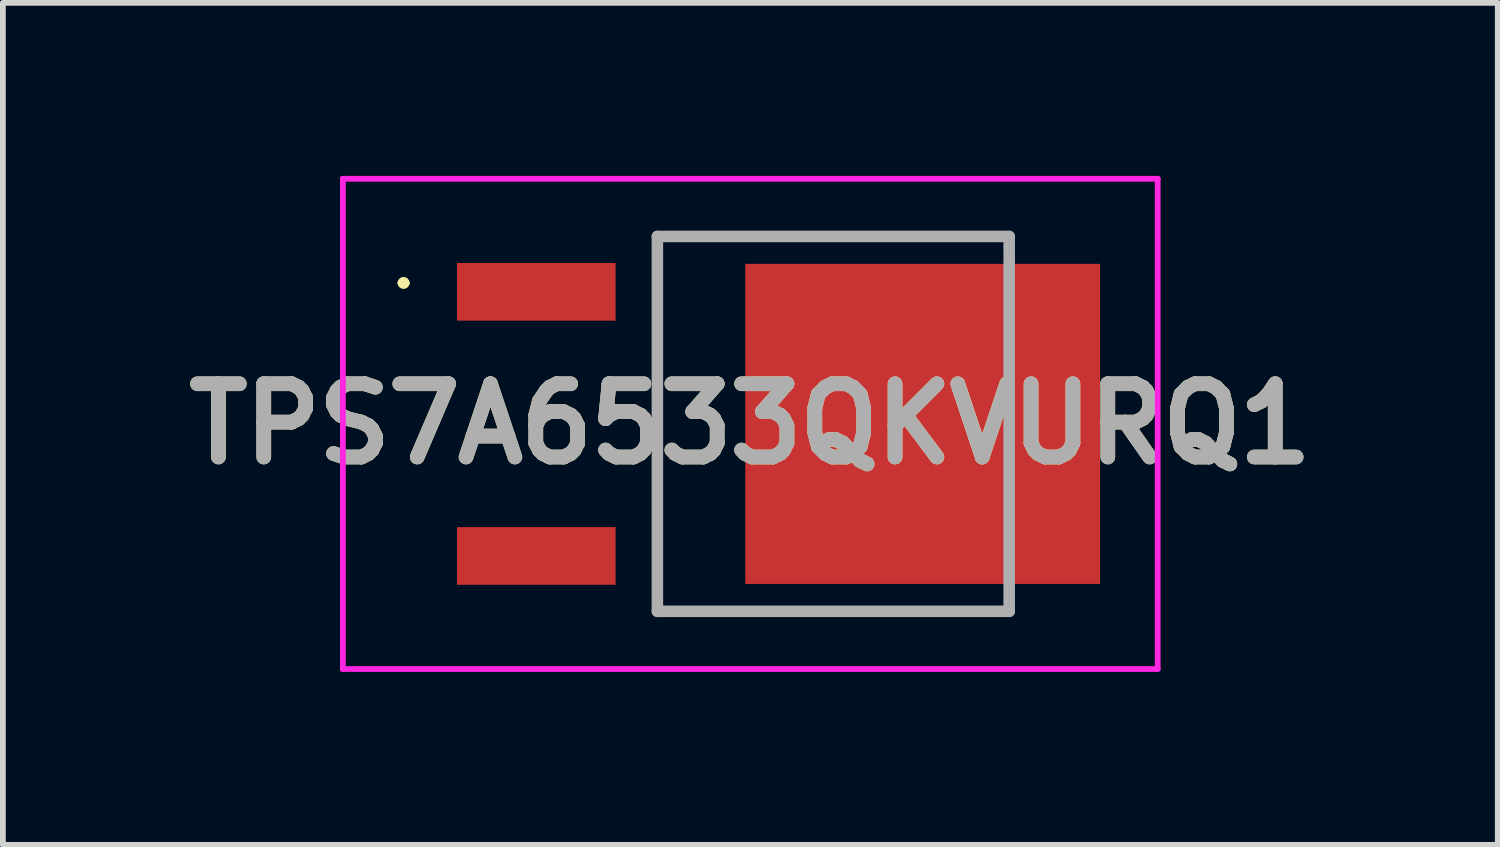
<source format=kicad_pcb>
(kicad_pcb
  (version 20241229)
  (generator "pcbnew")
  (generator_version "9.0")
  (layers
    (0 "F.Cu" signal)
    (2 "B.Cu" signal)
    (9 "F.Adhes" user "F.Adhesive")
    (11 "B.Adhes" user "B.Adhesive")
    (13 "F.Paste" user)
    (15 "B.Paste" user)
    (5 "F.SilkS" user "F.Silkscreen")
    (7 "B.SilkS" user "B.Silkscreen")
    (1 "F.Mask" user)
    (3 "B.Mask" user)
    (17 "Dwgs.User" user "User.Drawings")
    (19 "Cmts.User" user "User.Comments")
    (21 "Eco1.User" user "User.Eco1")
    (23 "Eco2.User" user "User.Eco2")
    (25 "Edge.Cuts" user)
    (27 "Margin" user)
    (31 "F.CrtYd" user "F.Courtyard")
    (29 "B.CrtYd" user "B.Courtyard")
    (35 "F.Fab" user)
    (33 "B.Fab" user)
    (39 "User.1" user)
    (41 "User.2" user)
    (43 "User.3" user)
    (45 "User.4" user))
  (footprint "TPS7A6533QKVURQ1"
    (layer "F.Cu")
    (at 6.249 4.3)
    (property "Reference" "TPS7A6533QKVURQ1" (at 3.711 0 0) (layer "F.SilkS") (effects (font (size 1.27 1.27) (thickness 0.254))))
    (attr smd)
    (fp_line (start -2.353 -2.444) (end -2.353 -2.444) (stroke (width 0.104) (type solid)) (layer "F.SilkS"))
    (fp_line (start -2.249 -2.444) (end -2.249 -2.444) (stroke (width 0.104) (type solid)) (layer "F.SilkS"))
    (fp_line (start 2.1 -3.25) (end 2.1 3.25) (stroke (width 0.1) (type solid)) (layer "F.SilkS"))
    (fp_line (start 2.1 3.25) (end 8.2 3.25) (stroke (width 0.1) (type solid)) (layer "F.SilkS"))
    (fp_line (start 8.2 -3.25) (end 2.1 -3.25) (stroke (width 0.1) (type solid)) (layer "F.SilkS"))
    (fp_arc (start -2.353 -2.444) (mid -2.301 -2.496) (end -2.249 -2.444) (stroke (width 0.104) (type solid)) (layer "F.SilkS"))
    (fp_arc (start -2.249 -2.444) (mid -2.301 -2.392) (end -2.353 -2.444) (stroke (width 0.104) (type solid)) (layer "F.SilkS"))
    (fp_line (start -3.353 -4.25) (end 10.775 -4.25) (stroke (width 0.1) (type solid)) (layer "F.CrtYd"))
    (fp_line (start -3.353 4.25) (end -3.353 -4.25) (stroke (width 0.1) (type solid)) (layer "F.CrtYd"))
    (fp_line (start 10.775 -4.25) (end 10.775 4.25) (stroke (width 0.1) (type solid)) (layer "F.CrtYd"))
    (fp_line (start 10.775 4.25) (end -3.353 4.25) (stroke (width 0.1) (type solid)) (layer "F.CrtYd"))
    (fp_line (start 2.1 -3.25) (end 8.2 -3.25) (stroke (width 0.2) (type solid)) (layer "F.Fab"))
    (fp_line (start 2.1 3.25) (end 2.1 -3.25) (stroke (width 0.2) (type solid)) (layer "F.Fab"))
    (fp_line (start 8.2 -3.25) (end 8.2 3.25) (stroke (width 0.2) (type solid)) (layer "F.Fab"))
    (fp_line (start 8.2 3.25) (end 2.1 3.25) (stroke (width 0.2) (type solid)) (layer "F.Fab"))
    (fp_text user "${REFERENCE}" (at 3.711 0 0) (layer "F.Fab") (effects (font (size 1.27 1.27) (thickness 0.254))))
    (pad "1" smd rect (at 0 -2.29 90) (size 1 2.75) (layers "F.Cu" "F.Mask" "F.Paste"))
    (pad "2" smd rect (at 6.7 0 90) (size 5.55 6.15) (layers "F.Cu" "F.Mask" "F.Paste"))
    (pad "3" smd rect (at 0 2.29 90) (size 1 2.75) (layers "F.Cu" "F.Mask" "F.Paste")))
  (gr_rect
    (start -3 -3)
    (end 22.921 11.6)
    (stroke (width 0.1) (type default))
    (fill no)
    (layer "Edge.Cuts")))
</source>
